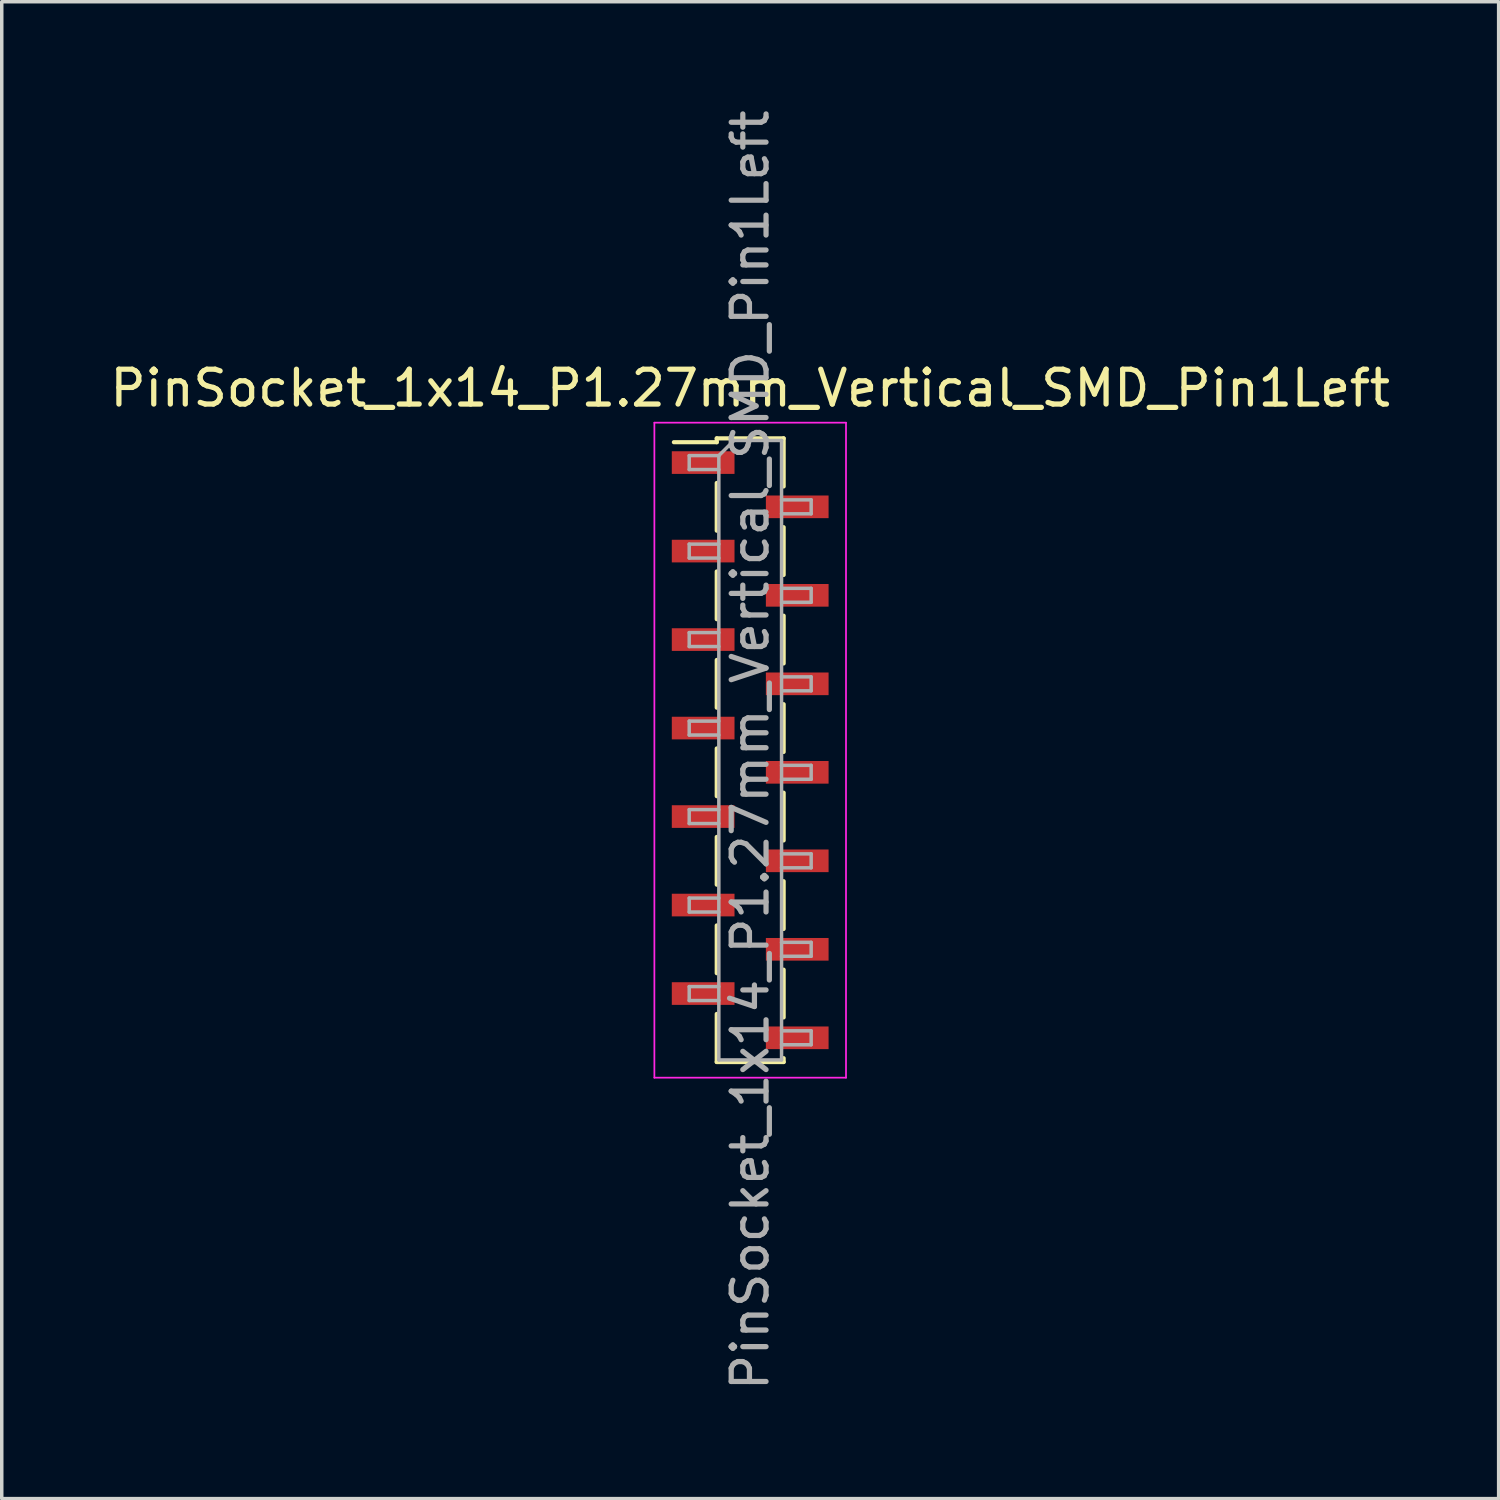
<source format=kicad_pcb>
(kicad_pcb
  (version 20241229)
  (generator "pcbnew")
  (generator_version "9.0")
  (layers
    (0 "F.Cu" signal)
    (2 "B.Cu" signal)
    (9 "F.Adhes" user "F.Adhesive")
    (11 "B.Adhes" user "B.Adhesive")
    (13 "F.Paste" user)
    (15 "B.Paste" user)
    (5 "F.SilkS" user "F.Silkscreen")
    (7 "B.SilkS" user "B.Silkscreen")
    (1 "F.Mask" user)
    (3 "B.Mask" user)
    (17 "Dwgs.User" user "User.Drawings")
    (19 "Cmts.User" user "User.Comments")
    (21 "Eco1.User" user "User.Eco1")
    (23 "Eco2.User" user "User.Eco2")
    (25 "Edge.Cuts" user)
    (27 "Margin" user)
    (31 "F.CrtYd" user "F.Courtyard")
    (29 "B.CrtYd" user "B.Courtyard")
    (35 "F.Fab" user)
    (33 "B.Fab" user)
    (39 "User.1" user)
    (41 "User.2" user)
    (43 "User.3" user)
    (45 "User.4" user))
  (footprint "PinSocket_1x14_P1.27mm_Vertical_SMD_Pin1Left"
    (layer "F.Cu")
    (at 18.482 18.482)
    (property "Reference" "PinSocket_1x14_P1.27mm_Vertical_SMD_Pin1Left" (at 0 -10.39 0) (layer "F.SilkS") (effects (font (size 1 1) (thickness 0.15))))
    (attr smd)
    (fp_line (start -2.19 -8.84) (end -0.96 -8.84) (stroke (width 0.12) (type solid)) (layer "F.SilkS"))
    (fp_line (start -0.96 -8.95) (end -0.96 -8.84) (stroke (width 0.12) (type solid)) (layer "F.SilkS"))
    (fp_line (start -0.96 -8.95) (end 0.96 -8.95) (stroke (width 0.12) (type solid)) (layer "F.SilkS"))
    (fp_line (start -0.96 -7.67) (end -0.96 -6.3) (stroke (width 0.12) (type solid)) (layer "F.SilkS"))
    (fp_line (start -0.96 -5.13) (end -0.96 -3.76) (stroke (width 0.12) (type solid)) (layer "F.SilkS"))
    (fp_line (start -0.96 -2.59) (end -0.96 -1.22) (stroke (width 0.12) (type solid)) (layer "F.SilkS"))
    (fp_line (start -0.96 -0.05) (end -0.96 1.32) (stroke (width 0.12) (type solid)) (layer "F.SilkS"))
    (fp_line (start -0.96 2.49) (end -0.96 3.86) (stroke (width 0.12) (type solid)) (layer "F.SilkS"))
    (fp_line (start -0.96 5.03) (end -0.96 6.4) (stroke (width 0.12) (type solid)) (layer "F.SilkS"))
    (fp_line (start -0.96 7.57) (end -0.96 8.95) (stroke (width 0.12) (type solid)) (layer "F.SilkS"))
    (fp_line (start -0.96 8.95) (end 0.96 8.95) (stroke (width 0.12) (type solid)) (layer "F.SilkS"))
    (fp_line (start 0.96 -8.95) (end 0.96 -7.57) (stroke (width 0.12) (type solid)) (layer "F.SilkS"))
    (fp_line (start 0.96 -6.4) (end 0.96 -5.03) (stroke (width 0.12) (type solid)) (layer "F.SilkS"))
    (fp_line (start 0.96 -3.86) (end 0.96 -2.49) (stroke (width 0.12) (type solid)) (layer "F.SilkS"))
    (fp_line (start 0.96 -1.32) (end 0.96 0.05) (stroke (width 0.12) (type solid)) (layer "F.SilkS"))
    (fp_line (start 0.96 1.22) (end 0.96 2.59) (stroke (width 0.12) (type solid)) (layer "F.SilkS"))
    (fp_line (start 0.96 3.76) (end 0.96 5.13) (stroke (width 0.12) (type solid)) (layer "F.SilkS"))
    (fp_line (start 0.96 6.3) (end 0.96 7.67) (stroke (width 0.12) (type solid)) (layer "F.SilkS"))
    (fp_line (start 0.96 8.84) (end 0.96 8.95) (stroke (width 0.12) (type solid)) (layer "F.SilkS"))
    (fp_line (start -2.75 -9.4) (end 2.75 -9.4) (stroke (width 0.05) (type solid)) (layer "F.CrtYd"))
    (fp_line (start -2.75 9.4) (end -2.75 -9.4) (stroke (width 0.05) (type solid)) (layer "F.CrtYd"))
    (fp_line (start 2.75 -9.4) (end 2.75 9.4) (stroke (width 0.05) (type solid)) (layer "F.CrtYd"))
    (fp_line (start 2.75 9.4) (end -2.75 9.4) (stroke (width 0.05) (type solid)) (layer "F.CrtYd"))
    (fp_line (start -1.75 -8.455) (end -0.9 -8.455) (stroke (width 0.1) (type solid)) (layer "F.Fab"))
    (fp_line (start -1.75 -8.055) (end -1.75 -8.455) (stroke (width 0.1) (type solid)) (layer "F.Fab"))
    (fp_line (start -1.75 -5.915) (end -0.9 -5.915) (stroke (width 0.1) (type solid)) (layer "F.Fab"))
    (fp_line (start -1.75 -5.515) (end -1.75 -5.915) (stroke (width 0.1) (type solid)) (layer "F.Fab"))
    (fp_line (start -1.75 -3.375) (end -0.9 -3.375) (stroke (width 0.1) (type solid)) (layer "F.Fab"))
    (fp_line (start -1.75 -2.975) (end -1.75 -3.375) (stroke (width 0.1) (type solid)) (layer "F.Fab"))
    (fp_line (start -1.75 -0.835) (end -0.9 -0.835) (stroke (width 0.1) (type solid)) (layer "F.Fab"))
    (fp_line (start -1.75 -0.435) (end -1.75 -0.835) (stroke (width 0.1) (type solid)) (layer "F.Fab"))
    (fp_line (start -1.75 1.705) (end -0.9 1.705) (stroke (width 0.1) (type solid)) (layer "F.Fab"))
    (fp_line (start -1.75 2.105) (end -1.75 1.705) (stroke (width 0.1) (type solid)) (layer "F.Fab"))
    (fp_line (start -1.75 4.245) (end -0.9 4.245) (stroke (width 0.1) (type solid)) (layer "F.Fab"))
    (fp_line (start -1.75 4.645) (end -1.75 4.245) (stroke (width 0.1) (type solid)) (layer "F.Fab"))
    (fp_line (start -1.75 6.785) (end -0.9 6.785) (stroke (width 0.1) (type solid)) (layer "F.Fab"))
    (fp_line (start -1.75 7.185) (end -1.75 6.785) (stroke (width 0.1) (type solid)) (layer "F.Fab"))
    (fp_line (start -0.9 -8.455) (end -0.465 -8.89) (stroke (width 0.1) (type solid)) (layer "F.Fab"))
    (fp_line (start -0.9 -8.055) (end -1.75 -8.055) (stroke (width 0.1) (type solid)) (layer "F.Fab"))
    (fp_line (start -0.9 -5.515) (end -1.75 -5.515) (stroke (width 0.1) (type solid)) (layer "F.Fab"))
    (fp_line (start -0.9 -2.975) (end -1.75 -2.975) (stroke (width 0.1) (type solid)) (layer "F.Fab"))
    (fp_line (start -0.9 -0.435) (end -1.75 -0.435) (stroke (width 0.1) (type solid)) (layer "F.Fab"))
    (fp_line (start -0.9 2.105) (end -1.75 2.105) (stroke (width 0.1) (type solid)) (layer "F.Fab"))
    (fp_line (start -0.9 4.645) (end -1.75 4.645) (stroke (width 0.1) (type solid)) (layer "F.Fab"))
    (fp_line (start -0.9 7.185) (end -1.75 7.185) (stroke (width 0.1) (type solid)) (layer "F.Fab"))
    (fp_line (start -0.9 8.89) (end -0.9 -8.455) (stroke (width 0.1) (type solid)) (layer "F.Fab"))
    (fp_line (start -0.465 -8.89) (end 0.9 -8.89) (stroke (width 0.1) (type solid)) (layer "F.Fab"))
    (fp_line (start 0.9 -8.89) (end 0.9 8.89) (stroke (width 0.1) (type solid)) (layer "F.Fab"))
    (fp_line (start 0.9 -7.185) (end 1.75 -7.185) (stroke (width 0.1) (type solid)) (layer "F.Fab"))
    (fp_line (start 0.9 -4.645) (end 1.75 -4.645) (stroke (width 0.1) (type solid)) (layer "F.Fab"))
    (fp_line (start 0.9 -2.105) (end 1.75 -2.105) (stroke (width 0.1) (type solid)) (layer "F.Fab"))
    (fp_line (start 0.9 0.435) (end 1.75 0.435) (stroke (width 0.1) (type solid)) (layer "F.Fab"))
    (fp_line (start 0.9 2.975) (end 1.75 2.975) (stroke (width 0.1) (type solid)) (layer "F.Fab"))
    (fp_line (start 0.9 5.515) (end 1.75 5.515) (stroke (width 0.1) (type solid)) (layer "F.Fab"))
    (fp_line (start 0.9 8.055) (end 1.75 8.055) (stroke (width 0.1) (type solid)) (layer "F.Fab"))
    (fp_line (start 0.9 8.89) (end -0.9 8.89) (stroke (width 0.1) (type solid)) (layer "F.Fab"))
    (fp_line (start 1.75 -7.185) (end 1.75 -6.785) (stroke (width 0.1) (type solid)) (layer "F.Fab"))
    (fp_line (start 1.75 -6.785) (end 0.9 -6.785) (stroke (width 0.1) (type solid)) (layer "F.Fab"))
    (fp_line (start 1.75 -4.645) (end 1.75 -4.245) (stroke (width 0.1) (type solid)) (layer "F.Fab"))
    (fp_line (start 1.75 -4.245) (end 0.9 -4.245) (stroke (width 0.1) (type solid)) (layer "F.Fab"))
    (fp_line (start 1.75 -2.105) (end 1.75 -1.705) (stroke (width 0.1) (type solid)) (layer "F.Fab"))
    (fp_line (start 1.75 -1.705) (end 0.9 -1.705) (stroke (width 0.1) (type solid)) (layer "F.Fab"))
    (fp_line (start 1.75 0.435) (end 1.75 0.835) (stroke (width 0.1) (type solid)) (layer "F.Fab"))
    (fp_line (start 1.75 0.835) (end 0.9 0.835) (stroke (width 0.1) (type solid)) (layer "F.Fab"))
    (fp_line (start 1.75 2.975) (end 1.75 3.375) (stroke (width 0.1) (type solid)) (layer "F.Fab"))
    (fp_line (start 1.75 3.375) (end 0.9 3.375) (stroke (width 0.1) (type solid)) (layer "F.Fab"))
    (fp_line (start 1.75 5.515) (end 1.75 5.915) (stroke (width 0.1) (type solid)) (layer "F.Fab"))
    (fp_line (start 1.75 5.915) (end 0.9 5.915) (stroke (width 0.1) (type solid)) (layer "F.Fab"))
    (fp_line (start 1.75 8.055) (end 1.75 8.455) (stroke (width 0.1) (type solid)) (layer "F.Fab"))
    (fp_line (start 1.75 8.455) (end 0.9 8.455) (stroke (width 0.1) (type solid)) (layer "F.Fab"))
    (fp_text user "${REFERENCE}" (at 0 0 90) (layer "F.Fab") (effects (font (size 1 1) (thickness 0.15))))
    (pad "1" smd rect (at -1.35 -8.255) (size 1.8 0.65) (layers "F.Cu" "F.Mask" "F.Paste"))
    (pad "2" smd rect (at 1.35 -6.985) (size 1.8 0.65) (layers "F.Cu" "F.Mask" "F.Paste"))
    (pad "3" smd rect (at -1.35 -5.715) (size 1.8 0.65) (layers "F.Cu" "F.Mask" "F.Paste"))
    (pad "4" smd rect (at 1.35 -4.445) (size 1.8 0.65) (layers "F.Cu" "F.Mask" "F.Paste"))
    (pad "5" smd rect (at -1.35 -3.175) (size 1.8 0.65) (layers "F.Cu" "F.Mask" "F.Paste"))
    (pad "6" smd rect (at 1.35 -1.905) (size 1.8 0.65) (layers "F.Cu" "F.Mask" "F.Paste"))
    (pad "7" smd rect (at -1.35 -0.635) (size 1.8 0.65) (layers "F.Cu" "F.Mask" "F.Paste"))
    (pad "8" smd rect (at 1.35 0.635) (size 1.8 0.65) (layers "F.Cu" "F.Mask" "F.Paste"))
    (pad "9" smd rect (at -1.35 1.905) (size 1.8 0.65) (layers "F.Cu" "F.Mask" "F.Paste"))
    (pad "10" smd rect (at 1.35 3.175) (size 1.8 0.65) (layers "F.Cu" "F.Mask" "F.Paste"))
    (pad "11" smd rect (at -1.35 4.445) (size 1.8 0.65) (layers "F.Cu" "F.Mask" "F.Paste"))
    (pad "12" smd rect (at 1.35 5.715) (size 1.8 0.65) (layers "F.Cu" "F.Mask" "F.Paste"))
    (pad "13" smd rect (at -1.35 6.985) (size 1.8 0.65) (layers "F.Cu" "F.Mask" "F.Paste"))
    (pad "14" smd rect (at 1.35 8.255) (size 1.8 0.65) (layers "F.Cu" "F.Mask" "F.Paste")))
  (gr_rect
    (start -3 -3)
    (end 39.964 39.964)
    (stroke (width 0.1) (type default))
    (fill no)
    (layer "Edge.Cuts")))
</source>
